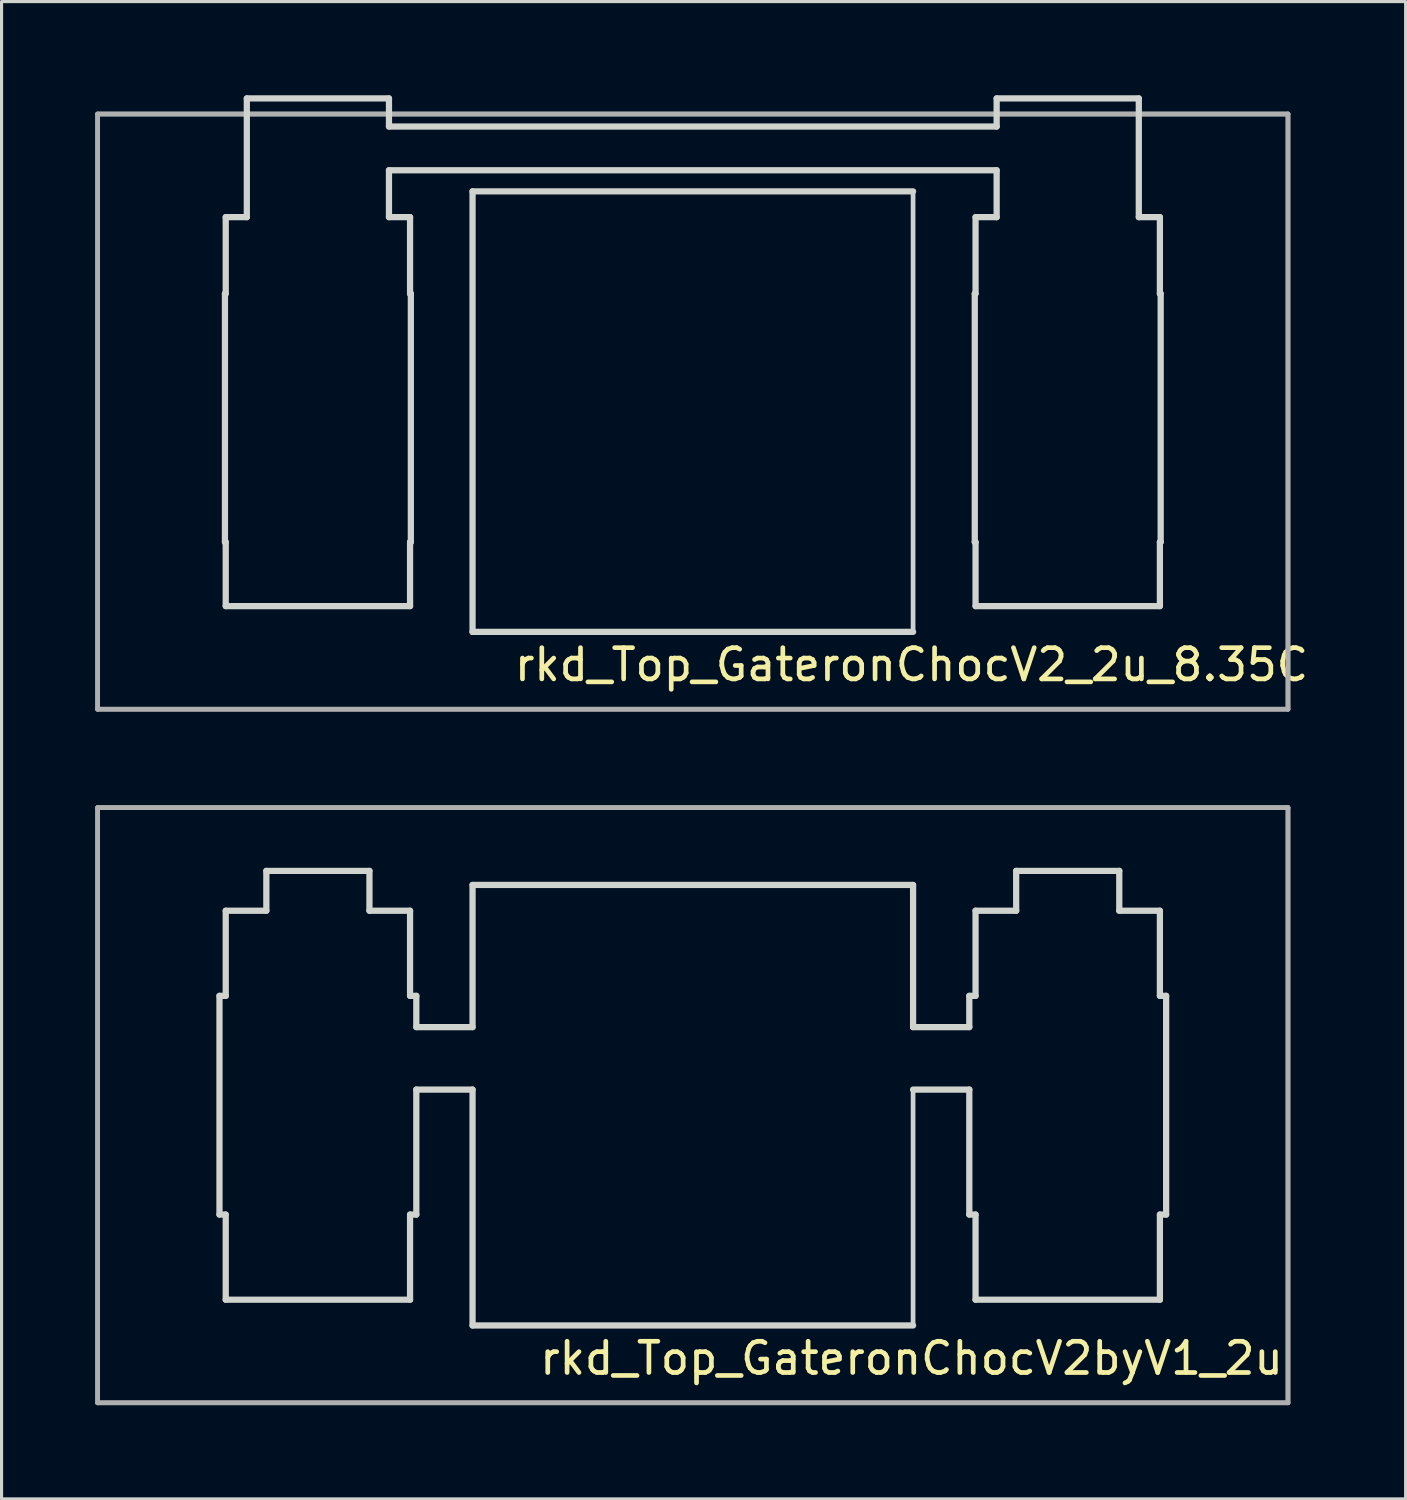
<source format=kicad_pcb>
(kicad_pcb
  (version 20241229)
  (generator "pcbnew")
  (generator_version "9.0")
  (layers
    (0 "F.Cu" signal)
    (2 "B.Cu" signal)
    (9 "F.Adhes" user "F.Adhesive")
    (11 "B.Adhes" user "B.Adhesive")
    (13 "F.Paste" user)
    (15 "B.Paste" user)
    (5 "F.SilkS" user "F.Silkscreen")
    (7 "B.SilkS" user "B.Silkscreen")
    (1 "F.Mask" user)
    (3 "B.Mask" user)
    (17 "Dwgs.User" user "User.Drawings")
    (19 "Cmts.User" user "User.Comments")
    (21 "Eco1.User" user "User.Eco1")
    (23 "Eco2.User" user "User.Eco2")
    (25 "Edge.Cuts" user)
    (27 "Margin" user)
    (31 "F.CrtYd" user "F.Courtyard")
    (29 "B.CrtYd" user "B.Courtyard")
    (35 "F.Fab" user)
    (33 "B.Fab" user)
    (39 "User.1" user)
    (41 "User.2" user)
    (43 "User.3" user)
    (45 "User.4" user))
  (footprint "rkd_Top_GateronChocV2_2u_8.35C"
    (layer "F.Cu")
    (at 19.125 10.125)
    (property "Reference" "rkd_Top_GateronChocV2_2u_8.35C" (at 7 8.1 0) (layer "F.SilkS") (effects (font (size 1 1) (thickness 0.15))))
    (attr through_hole)
    (fp_line (start -14.975 -3.775) (end -14.975 4.175) (stroke (width 0.2) (type solid)) (layer "Edge.Cuts"))
    (fp_line (start -14.975 -3.775) (end -14.95 -3.775) (stroke (width 0.2) (type solid)) (layer "Edge.Cuts"))
    (fp_line (start -14.95 -6.225) (end -14.95 -3.775) (stroke (width 0.2) (type solid)) (layer "Edge.Cuts"))
    (fp_line (start -14.95 -6.225) (end -14.275 -6.225) (stroke (width 0.2) (type solid)) (layer "Edge.Cuts"))
    (fp_line (start -14.95 4.175) (end -14.975 4.175) (stroke (width 0.2) (type solid)) (layer "Edge.Cuts"))
    (fp_line (start -14.95 4.175) (end -14.95 6.225) (stroke (width 0.2) (type solid)) (layer "Edge.Cuts"))
    (fp_line (start -14.275 -10.025) (end -9.725 -10.025) (stroke (width 0.2) (type solid)) (layer "Edge.Cuts"))
    (fp_line (start -14.275 -6.225) (end -14.275 -10.025) (stroke (width 0.2) (type solid)) (layer "Edge.Cuts"))
    (fp_line (start -9.725 -9.125) (end -9.725 -10.025) (stroke (width 0.2) (type solid)) (layer "Edge.Cuts"))
    (fp_line (start -9.725 -9.125) (end 9.725 -9.125) (stroke (width 0.2) (type solid)) (layer "Edge.Cuts"))
    (fp_line (start -9.725 -7.725) (end 9.725 -7.725) (stroke (width 0.2) (type solid)) (layer "Edge.Cuts"))
    (fp_line (start -9.725 -6.225) (end -9.725 -7.725) (stroke (width 0.2) (type solid)) (layer "Edge.Cuts"))
    (fp_line (start -9.725 -6.225) (end -9.05 -6.225) (stroke (width 0.2) (type solid)) (layer "Edge.Cuts"))
    (fp_line (start -9.05 -6.225) (end -9.05 -3.775) (stroke (width 0.2) (type solid)) (layer "Edge.Cuts"))
    (fp_line (start -9.05 4.175) (end -9.05 6.225) (stroke (width 0.2) (type solid)) (layer "Edge.Cuts"))
    (fp_line (start -9.05 6.225) (end -14.95 6.225) (stroke (width 0.2) (type solid)) (layer "Edge.Cuts"))
    (fp_line (start -9.025 -3.775) (end -9.05 -3.775) (stroke (width 0.2) (type default)) (layer "Edge.Cuts"))
    (fp_line (start -9.025 -3.775) (end -9.025 4.175) (stroke (width 0.2) (type solid)) (layer "Edge.Cuts"))
    (fp_line (start -9.025 4.175) (end -9.05 4.175) (stroke (width 0.2) (type solid)) (layer "Edge.Cuts"))
    (fp_line (start -7.05 -7.05) (end 7.05 -7.05) (stroke (width 0.2) (type solid)) (layer "Edge.Cuts"))
    (fp_line (start -7.05 7.05) (end -7.05 -7.05) (stroke (width 0.2) (type solid)) (layer "Edge.Cuts"))
    (fp_line (start 7.05 -7.05) (end 7.05 7.05) (stroke (width 0.15) (type solid)) (layer "Edge.Cuts"))
    (fp_line (start 7.05 7.05) (end -7.05 7.05) (stroke (width 0.2) (type solid)) (layer "Edge.Cuts"))
    (fp_line (start 9.025 -3.775) (end 9.025 4.175) (stroke (width 0.2) (type solid)) (layer "Edge.Cuts"))
    (fp_line (start 9.025 -3.775) (end 9.05 -3.775) (stroke (width 0.2) (type solid)) (layer "Edge.Cuts"))
    (fp_line (start 9.025 4.175) (end 9.05 4.175) (stroke (width 0.2) (type solid)) (layer "Edge.Cuts"))
    (fp_line (start 9.05 -6.225) (end 9.05 -3.775) (stroke (width 0.2) (type solid)) (layer "Edge.Cuts"))
    (fp_line (start 9.05 -6.225) (end 9.725 -6.225) (stroke (width 0.2) (type solid)) (layer "Edge.Cuts"))
    (fp_line (start 9.05 4.175) (end 9.05 6.225) (stroke (width 0.2) (type solid)) (layer "Edge.Cuts"))
    (fp_line (start 9.725 -10.025) (end 9.725 -9.125) (stroke (width 0.2) (type solid)) (layer "Edge.Cuts"))
    (fp_line (start 9.725 -10.025) (end 14.275 -10.025) (stroke (width 0.2) (type solid)) (layer "Edge.Cuts"))
    (fp_line (start 9.725 -6.225) (end 9.725 -7.725) (stroke (width 0.2) (type solid)) (layer "Edge.Cuts"))
    (fp_line (start 14.275 -6.225) (end 14.275 -10.025) (stroke (width 0.2) (type solid)) (layer "Edge.Cuts"))
    (fp_line (start 14.275 -6.225) (end 14.95 -6.225) (stroke (width 0.2) (type solid)) (layer "Edge.Cuts"))
    (fp_line (start 14.95 -6.225) (end 14.95 -3.775) (stroke (width 0.2) (type solid)) (layer "Edge.Cuts"))
    (fp_line (start 14.95 4.175) (end 14.95 6.225) (stroke (width 0.2) (type solid)) (layer "Edge.Cuts"))
    (fp_line (start 14.95 4.175) (end 14.975 4.175) (stroke (width 0.2) (type solid)) (layer "Edge.Cuts"))
    (fp_line (start 14.95 6.225) (end 9.05 6.225) (stroke (width 0.2) (type solid)) (layer "Edge.Cuts"))
    (fp_line (start 14.975 -3.775) (end 14.95 -3.775) (stroke (width 0.2) (type solid)) (layer "Edge.Cuts"))
    (fp_line (start 14.975 -3.775) (end 14.975 4.175) (stroke (width 0.2) (type solid)) (layer "Edge.Cuts"))
    (fp_line (start -19.05 -9.525) (end -19.05 9.525) (stroke (width 0.15) (type solid)) (layer "F.Fab"))
    (fp_line (start -19.05 -9.525) (end -19.05 9.525) (stroke (width 0.15) (type solid)) (layer "F.Fab"))
    (fp_line (start -19.05 9.525) (end 19.05 9.525) (stroke (width 0.15) (type solid)) (layer "F.Fab"))
    (fp_line (start -19.05 9.525) (end 19.05 9.525) (stroke (width 0.15) (type solid)) (layer "F.Fab"))
    (fp_line (start 19.05 -9.525) (end -19.05 -9.525) (stroke (width 0.15) (type solid)) (layer "F.Fab"))
    (fp_line (start 19.05 -9.525) (end -19.05 -9.525) (stroke (width 0.15) (type solid)) (layer "F.Fab"))
    (fp_line (start 19.05 9.525) (end 19.05 -9.525) (stroke (width 0.15) (type solid)) (layer "F.Fab"))
    (fp_line (start 19.05 9.525) (end 19.05 -9.525) (stroke (width 0.15) (type solid)) (layer "F.Fab")))
  (footprint "rkd_Top_GateronChocV2byV1_2u"
    (layer "F.Cu")
    (at 19.125 32.325)
    (property "Reference" "rkd_Top_GateronChocV2byV1_2u" (at 7 8.1 0) (layer "F.SilkS") (effects (font (size 1 1) (thickness 0.15))))
    (attr through_hole)
    (fp_line (start -15.15 -3.5) (end -15.15 3.5) (stroke (width 0.2) (type solid)) (layer "Edge.Cuts"))
    (fp_line (start -14.95 -6.225) (end -14.95 -3.5) (stroke (width 0.2) (type solid)) (layer "Edge.Cuts"))
    (fp_line (start -14.95 -6.225) (end -13.65 -6.225) (stroke (width 0.2) (type solid)) (layer "Edge.Cuts"))
    (fp_line (start -14.95 -3.5) (end -15.15 -3.5) (stroke (width 0.2) (type solid)) (layer "Edge.Cuts"))
    (fp_line (start -14.95 3.5) (end -15.15 3.5) (stroke (width 0.2) (type solid)) (layer "Edge.Cuts"))
    (fp_line (start -14.95 3.5) (end -14.95 6.225) (stroke (width 0.2) (type solid)) (layer "Edge.Cuts"))
    (fp_line (start -13.65 -7.5) (end -13.65 -6.225) (stroke (width 0.2) (type solid)) (layer "Edge.Cuts"))
    (fp_line (start -13.65 -7.5) (end -10.35 -7.5) (stroke (width 0.2) (type solid)) (layer "Edge.Cuts"))
    (fp_line (start -10.35 -7.5) (end -10.35 -6.225) (stroke (width 0.2) (type solid)) (layer "Edge.Cuts"))
    (fp_line (start -10.35 -6.225) (end -9.05 -6.225) (stroke (width 0.2) (type solid)) (layer "Edge.Cuts"))
    (fp_line (start -9.05 -6.225) (end -9.05 -3.5) (stroke (width 0.2) (type solid)) (layer "Edge.Cuts"))
    (fp_line (start -9.05 -3.5) (end -8.85 -3.5) (stroke (width 0.2) (type solid)) (layer "Edge.Cuts"))
    (fp_line (start -9.05 3.5) (end -9.05 6.225) (stroke (width 0.2) (type solid)) (layer "Edge.Cuts"))
    (fp_line (start -9.05 3.5) (end -8.85 3.5) (stroke (width 0.2) (type solid)) (layer "Edge.Cuts"))
    (fp_line (start -9.05 6.225) (end -14.95 6.225) (stroke (width 0.2) (type solid)) (layer "Edge.Cuts"))
    (fp_line (start -8.85 -3.5) (end -8.85 -2.5) (stroke (width 0.2) (type solid)) (layer "Edge.Cuts"))
    (fp_line (start -8.85 -2.5) (end -7.05 -2.5) (stroke (width 0.2) (type solid)) (layer "Edge.Cuts"))
    (fp_line (start -8.85 -0.5) (end -8.85 3.5) (stroke (width 0.2) (type solid)) (layer "Edge.Cuts"))
    (fp_line (start -8.85 -0.5) (end -7.05 -0.5) (stroke (width 0.2) (type solid)) (layer "Edge.Cuts"))
    (fp_line (start -7.05 -7.05) (end 7.05 -7.05) (stroke (width 0.2) (type solid)) (layer "Edge.Cuts"))
    (fp_line (start -7.05 -2.5) (end -7.05 -7.05) (stroke (width 0.2) (type solid)) (layer "Edge.Cuts"))
    (fp_line (start -7.05 7.05) (end -7.05 -0.5) (stroke (width 0.2) (type solid)) (layer "Edge.Cuts"))
    (fp_line (start 7.05 -2.5) (end 7.05 -7.05) (stroke (width 0.2) (type solid)) (layer "Edge.Cuts"))
    (fp_line (start 7.05 -2.5) (end 8.85 -2.5) (stroke (width 0.2) (type solid)) (layer "Edge.Cuts"))
    (fp_line (start 7.05 -0.5) (end 7.05 7.05) (stroke (width 0.15) (type solid)) (layer "Edge.Cuts"))
    (fp_line (start 7.05 -0.5) (end 8.85 -0.5) (stroke (width 0.2) (type solid)) (layer "Edge.Cuts"))
    (fp_line (start 7.05 7.05) (end -7.05 7.05) (stroke (width 0.2) (type solid)) (layer "Edge.Cuts"))
    (fp_line (start 8.85 -3.5) (end 9.05 -3.5) (stroke (width 0.2) (type solid)) (layer "Edge.Cuts"))
    (fp_line (start 8.85 -2.5) (end 8.85 -3.5) (stroke (width 0.2) (type solid)) (layer "Edge.Cuts"))
    (fp_line (start 8.85 -0.5) (end 8.85 3.5) (stroke (width 0.2) (type solid)) (layer "Edge.Cuts"))
    (fp_line (start 9.05 -6.225) (end 9.05 -3.5) (stroke (width 0.2) (type solid)) (layer "Edge.Cuts"))
    (fp_line (start 9.05 -6.225) (end 10.35 -6.225) (stroke (width 0.2) (type solid)) (layer "Edge.Cuts"))
    (fp_line (start 9.05 3.5) (end 8.85 3.5) (stroke (width 0.2) (type solid)) (layer "Edge.Cuts"))
    (fp_line (start 9.05 3.5) (end 9.05 6.225) (stroke (width 0.2) (type solid)) (layer "Edge.Cuts"))
    (fp_line (start 10.35 -7.5) (end 10.35 -6.225) (stroke (width 0.2) (type solid)) (layer "Edge.Cuts"))
    (fp_line (start 10.35 -7.5) (end 13.65 -7.5) (stroke (width 0.2) (type solid)) (layer "Edge.Cuts"))
    (fp_line (start 13.65 -7.5) (end 13.65 -6.225) (stroke (width 0.2) (type solid)) (layer "Edge.Cuts"))
    (fp_line (start 13.65 -6.225) (end 14.95 -6.225) (stroke (width 0.2) (type solid)) (layer "Edge.Cuts"))
    (fp_line (start 14.95 -6.225) (end 14.95 -3.5) (stroke (width 0.2) (type solid)) (layer "Edge.Cuts"))
    (fp_line (start 14.95 -3.5) (end 15.15 -3.5) (stroke (width 0.2) (type solid)) (layer "Edge.Cuts"))
    (fp_line (start 14.95 3.5) (end 14.95 6.225) (stroke (width 0.2) (type solid)) (layer "Edge.Cuts"))
    (fp_line (start 14.95 6.225) (end 9.05 6.225) (stroke (width 0.2) (type solid)) (layer "Edge.Cuts"))
    (fp_line (start 15.15 -3.5) (end 15.15 3.5) (stroke (width 0.2) (type solid)) (layer "Edge.Cuts"))
    (fp_line (start 15.15 3.5) (end 14.95 3.5) (stroke (width 0.2) (type solid)) (layer "Edge.Cuts"))
    (fp_line (start -19.05 -9.525) (end -19.05 9.525) (stroke (width 0.15) (type solid)) (layer "F.Fab"))
    (fp_line (start -19.05 -9.525) (end -19.05 9.525) (stroke (width 0.15) (type solid)) (layer "F.Fab"))
    (fp_line (start -19.05 9.525) (end 19.05 9.525) (stroke (width 0.15) (type solid)) (layer "F.Fab"))
    (fp_line (start -19.05 9.525) (end 19.05 9.525) (stroke (width 0.15) (type solid)) (layer "F.Fab"))
    (fp_line (start 19.05 -9.525) (end -19.05 -9.525) (stroke (width 0.15) (type solid)) (layer "F.Fab"))
    (fp_line (start 19.05 -9.525) (end -19.05 -9.525) (stroke (width 0.15) (type solid)) (layer "F.Fab"))
    (fp_line (start 19.05 9.525) (end 19.05 -9.525) (stroke (width 0.15) (type solid)) (layer "F.Fab"))
    (fp_line (start 19.05 9.525) (end 19.05 -9.525) (stroke (width 0.15) (type solid)) (layer "F.Fab")))
  (gr_rect
    (start -3 -3)
    (end 41.94 44.925)
    (stroke (width 0.1) (type default))
    (fill no)
    (layer "Edge.Cuts")))
</source>
